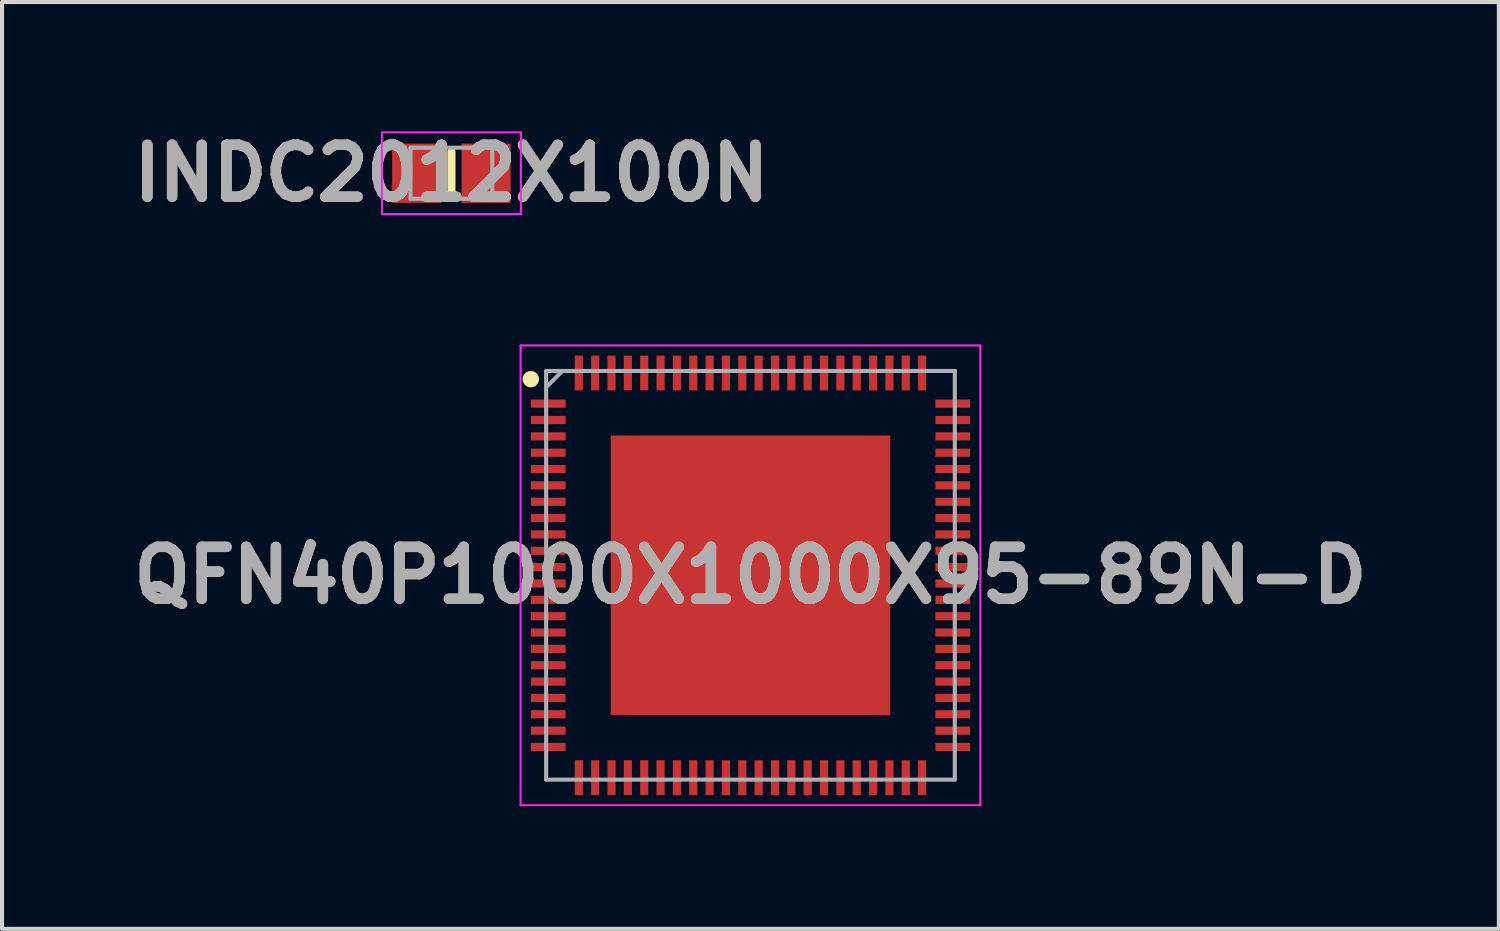
<source format=kicad_pcb>
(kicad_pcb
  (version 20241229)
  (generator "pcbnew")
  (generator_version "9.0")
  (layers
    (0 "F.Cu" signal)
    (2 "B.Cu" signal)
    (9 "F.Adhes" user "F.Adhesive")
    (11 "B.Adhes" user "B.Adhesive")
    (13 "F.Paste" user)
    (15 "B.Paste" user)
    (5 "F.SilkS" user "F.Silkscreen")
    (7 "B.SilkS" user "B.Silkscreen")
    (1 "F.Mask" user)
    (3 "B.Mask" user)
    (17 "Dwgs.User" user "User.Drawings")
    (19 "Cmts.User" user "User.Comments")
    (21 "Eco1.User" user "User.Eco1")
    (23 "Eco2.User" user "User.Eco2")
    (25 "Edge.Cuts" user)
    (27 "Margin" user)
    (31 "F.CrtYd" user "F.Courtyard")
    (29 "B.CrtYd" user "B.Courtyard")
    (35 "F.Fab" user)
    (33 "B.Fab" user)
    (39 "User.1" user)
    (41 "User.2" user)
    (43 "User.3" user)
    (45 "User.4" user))
  (footprint "QFN40P1000X1000X95-89N-D"
    (layer "F.Cu")
    (at 15.313 11.027)
    (property "Reference" "QFN40P1000X1000X95-89N-D" (at 0 0 0) (layer "F.SilkS") (effects (font (size 1.27 1.27) (thickness 0.254))))
    (attr smd)
    (fp_circle (center -5.375 -4.8) (end -5.375 -4.7) (stroke (width 0.2) (type solid)) (fill no) (layer "F.SilkS"))
    (fp_line (start -5.625 -5.625) (end 5.625 -5.625) (stroke (width 0.05) (type solid)) (layer "F.CrtYd"))
    (fp_line (start -5.625 5.625) (end -5.625 -5.625) (stroke (width 0.05) (type solid)) (layer "F.CrtYd"))
    (fp_line (start 5.625 -5.625) (end 5.625 5.625) (stroke (width 0.05) (type solid)) (layer "F.CrtYd"))
    (fp_line (start 5.625 5.625) (end -5.625 5.625) (stroke (width 0.05) (type solid)) (layer "F.CrtYd"))
    (fp_line (start -5 -5) (end 5 -5) (stroke (width 0.1) (type solid)) (layer "F.Fab"))
    (fp_line (start -5 -4.6) (end -4.6 -5) (stroke (width 0.1) (type solid)) (layer "F.Fab"))
    (fp_line (start -5 5) (end -5 -5) (stroke (width 0.1) (type solid)) (layer "F.Fab"))
    (fp_line (start 5 -5) (end 5 5) (stroke (width 0.1) (type solid)) (layer "F.Fab"))
    (fp_line (start 5 5) (end -5 5) (stroke (width 0.1) (type solid)) (layer "F.Fab"))
    (fp_text user "${REFERENCE}" (at 0 0 0) (layer "F.Fab") (effects (font (size 1.27 1.27) (thickness 0.254))))
    (pad "1" smd rect (at -4.95 -4.2 90) (size 0.2 0.85) (layers "F.Cu" "F.Mask" "F.Paste"))
    (pad "2" smd rect (at -4.95 -3.8 90) (size 0.2 0.85) (layers "F.Cu" "F.Mask" "F.Paste"))
    (pad "3" smd rect (at -4.95 -3.4 90) (size 0.2 0.85) (layers "F.Cu" "F.Mask" "F.Paste"))
    (pad "4" smd rect (at -4.95 -3 90) (size 0.2 0.85) (layers "F.Cu" "F.Mask" "F.Paste"))
    (pad "5" smd rect (at -4.95 -2.6 90) (size 0.2 0.85) (layers "F.Cu" "F.Mask" "F.Paste"))
    (pad "6" smd rect (at -4.95 -2.2 90) (size 0.2 0.85) (layers "F.Cu" "F.Mask" "F.Paste"))
    (pad "7" smd rect (at -4.95 -1.8 90) (size 0.2 0.85) (layers "F.Cu" "F.Mask" "F.Paste"))
    (pad "8" smd rect (at -4.95 -1.4 90) (size 0.2 0.85) (layers "F.Cu" "F.Mask" "F.Paste"))
    (pad "9" smd rect (at -4.95 -1 90) (size 0.2 0.85) (layers "F.Cu" "F.Mask" "F.Paste"))
    (pad "10" smd rect (at -4.95 -0.6 90) (size 0.2 0.85) (layers "F.Cu" "F.Mask" "F.Paste"))
    (pad "11" smd rect (at -4.95 -0.2 90) (size 0.2 0.85) (layers "F.Cu" "F.Mask" "F.Paste"))
    (pad "12" smd rect (at -4.95 0.2 90) (size 0.2 0.85) (layers "F.Cu" "F.Mask" "F.Paste"))
    (pad "13" smd rect (at -4.95 0.6 90) (size 0.2 0.85) (layers "F.Cu" "F.Mask" "F.Paste"))
    (pad "14" smd rect (at -4.95 1 90) (size 0.2 0.85) (layers "F.Cu" "F.Mask" "F.Paste"))
    (pad "15" smd rect (at -4.95 1.4 90) (size 0.2 0.85) (layers "F.Cu" "F.Mask" "F.Paste"))
    (pad "16" smd rect (at -4.95 1.8 90) (size 0.2 0.85) (layers "F.Cu" "F.Mask" "F.Paste"))
    (pad "17" smd rect (at -4.95 2.2 90) (size 0.2 0.85) (layers "F.Cu" "F.Mask" "F.Paste"))
    (pad "18" smd rect (at -4.95 2.6 90) (size 0.2 0.85) (layers "F.Cu" "F.Mask" "F.Paste"))
    (pad "19" smd rect (at -4.95 3 90) (size 0.2 0.85) (layers "F.Cu" "F.Mask" "F.Paste"))
    (pad "20" smd rect (at -4.95 3.4 90) (size 0.2 0.85) (layers "F.Cu" "F.Mask" "F.Paste"))
    (pad "21" smd rect (at -4.95 3.8 90) (size 0.2 0.85) (layers "F.Cu" "F.Mask" "F.Paste"))
    (pad "22" smd rect (at -4.95 4.2 90) (size 0.2 0.85) (layers "F.Cu" "F.Mask" "F.Paste"))
    (pad "23" smd rect (at -4.2 4.95) (size 0.2 0.85) (layers "F.Cu" "F.Mask" "F.Paste"))
    (pad "24" smd rect (at -3.8 4.95) (size 0.2 0.85) (layers "F.Cu" "F.Mask" "F.Paste"))
    (pad "25" smd rect (at -3.4 4.95) (size 0.2 0.85) (layers "F.Cu" "F.Mask" "F.Paste"))
    (pad "26" smd rect (at -3 4.95) (size 0.2 0.85) (layers "F.Cu" "F.Mask" "F.Paste"))
    (pad "27" smd rect (at -2.6 4.95) (size 0.2 0.85) (layers "F.Cu" "F.Mask" "F.Paste"))
    (pad "28" smd rect (at -2.2 4.95) (size 0.2 0.85) (layers "F.Cu" "F.Mask" "F.Paste"))
    (pad "29" smd rect (at -1.8 4.95) (size 0.2 0.85) (layers "F.Cu" "F.Mask" "F.Paste"))
    (pad "30" smd rect (at -1.4 4.95) (size 0.2 0.85) (layers "F.Cu" "F.Mask" "F.Paste"))
    (pad "31" smd rect (at -1 4.95) (size 0.2 0.85) (layers "F.Cu" "F.Mask" "F.Paste"))
    (pad "32" smd rect (at -0.6 4.95) (size 0.2 0.85) (layers "F.Cu" "F.Mask" "F.Paste"))
    (pad "33" smd rect (at -0.2 4.95) (size 0.2 0.85) (layers "F.Cu" "F.Mask" "F.Paste"))
    (pad "34" smd rect (at 0.2 4.95) (size 0.2 0.85) (layers "F.Cu" "F.Mask" "F.Paste"))
    (pad "35" smd rect (at 0.6 4.95) (size 0.2 0.85) (layers "F.Cu" "F.Mask" "F.Paste"))
    (pad "36" smd rect (at 1 4.95) (size 0.2 0.85) (layers "F.Cu" "F.Mask" "F.Paste"))
    (pad "37" smd rect (at 1.4 4.95) (size 0.2 0.85) (layers "F.Cu" "F.Mask" "F.Paste"))
    (pad "38" smd rect (at 1.8 4.95) (size 0.2 0.85) (layers "F.Cu" "F.Mask" "F.Paste"))
    (pad "39" smd rect (at 2.2 4.95) (size 0.2 0.85) (layers "F.Cu" "F.Mask" "F.Paste"))
    (pad "40" smd rect (at 2.6 4.95) (size 0.2 0.85) (layers "F.Cu" "F.Mask" "F.Paste"))
    (pad "41" smd rect (at 3 4.95) (size 0.2 0.85) (layers "F.Cu" "F.Mask" "F.Paste"))
    (pad "42" smd rect (at 3.4 4.95) (size 0.2 0.85) (layers "F.Cu" "F.Mask" "F.Paste"))
    (pad "43" smd rect (at 3.8 4.95) (size 0.2 0.85) (layers "F.Cu" "F.Mask" "F.Paste"))
    (pad "44" smd rect (at 4.2 4.95) (size 0.2 0.85) (layers "F.Cu" "F.Mask" "F.Paste"))
    (pad "45" smd rect (at 4.95 4.2 90) (size 0.2 0.85) (layers "F.Cu" "F.Mask" "F.Paste"))
    (pad "46" smd rect (at 4.95 3.8 90) (size 0.2 0.85) (layers "F.Cu" "F.Mask" "F.Paste"))
    (pad "47" smd rect (at 4.95 3.4 90) (size 0.2 0.85) (layers "F.Cu" "F.Mask" "F.Paste"))
    (pad "48" smd rect (at 4.95 3 90) (size 0.2 0.85) (layers "F.Cu" "F.Mask" "F.Paste"))
    (pad "49" smd rect (at 4.95 2.6 90) (size 0.2 0.85) (layers "F.Cu" "F.Mask" "F.Paste"))
    (pad "50" smd rect (at 4.95 2.2 90) (size 0.2 0.85) (layers "F.Cu" "F.Mask" "F.Paste"))
    (pad "51" smd rect (at 4.95 1.8 90) (size 0.2 0.85) (layers "F.Cu" "F.Mask" "F.Paste"))
    (pad "52" smd rect (at 4.95 1.4 90) (size 0.2 0.85) (layers "F.Cu" "F.Mask" "F.Paste"))
    (pad "53" smd rect (at 4.95 1 90) (size 0.2 0.85) (layers "F.Cu" "F.Mask" "F.Paste"))
    (pad "54" smd rect (at 4.95 0.6 90) (size 0.2 0.85) (layers "F.Cu" "F.Mask" "F.Paste"))
    (pad "55" smd rect (at 4.95 0.2 90) (size 0.2 0.85) (layers "F.Cu" "F.Mask" "F.Paste"))
    (pad "56" smd rect (at 4.95 -0.2 90) (size 0.2 0.85) (layers "F.Cu" "F.Mask" "F.Paste"))
    (pad "57" smd rect (at 4.95 -0.6 90) (size 0.2 0.85) (layers "F.Cu" "F.Mask" "F.Paste"))
    (pad "58" smd rect (at 4.95 -1 90) (size 0.2 0.85) (layers "F.Cu" "F.Mask" "F.Paste"))
    (pad "59" smd rect (at 4.95 -1.4 90) (size 0.2 0.85) (layers "F.Cu" "F.Mask" "F.Paste"))
    (pad "60" smd rect (at 4.95 -1.8 90) (size 0.2 0.85) (layers "F.Cu" "F.Mask" "F.Paste"))
    (pad "61" smd rect (at 4.95 -2.2 90) (size 0.2 0.85) (layers "F.Cu" "F.Mask" "F.Paste"))
    (pad "62" smd rect (at 4.95 -2.6 90) (size 0.2 0.85) (layers "F.Cu" "F.Mask" "F.Paste"))
    (pad "63" smd rect (at 4.95 -3 90) (size 0.2 0.85) (layers "F.Cu" "F.Mask" "F.Paste"))
    (pad "64" smd rect (at 4.95 -3.4 90) (size 0.2 0.85) (layers "F.Cu" "F.Mask" "F.Paste"))
    (pad "65" smd rect (at 4.95 -3.8 90) (size 0.2 0.85) (layers "F.Cu" "F.Mask" "F.Paste"))
    (pad "66" smd rect (at 4.95 -4.2 90) (size 0.2 0.85) (layers "F.Cu" "F.Mask" "F.Paste"))
    (pad "67" smd rect (at 4.2 -4.95) (size 0.2 0.85) (layers "F.Cu" "F.Mask" "F.Paste"))
    (pad "68" smd rect (at 3.8 -4.95) (size 0.2 0.85) (layers "F.Cu" "F.Mask" "F.Paste"))
    (pad "69" smd rect (at 3.4 -4.95) (size 0.2 0.85) (layers "F.Cu" "F.Mask" "F.Paste"))
    (pad "70" smd rect (at 3 -4.95) (size 0.2 0.85) (layers "F.Cu" "F.Mask" "F.Paste"))
    (pad "71" smd rect (at 2.6 -4.95) (size 0.2 0.85) (layers "F.Cu" "F.Mask" "F.Paste"))
    (pad "72" smd rect (at 2.2 -4.95) (size 0.2 0.85) (layers "F.Cu" "F.Mask" "F.Paste"))
    (pad "73" smd rect (at 1.8 -4.95) (size 0.2 0.85) (layers "F.Cu" "F.Mask" "F.Paste"))
    (pad "74" smd rect (at 1.4 -4.95) (size 0.2 0.85) (layers "F.Cu" "F.Mask" "F.Paste"))
    (pad "75" smd rect (at 1 -4.95) (size 0.2 0.85) (layers "F.Cu" "F.Mask" "F.Paste"))
    (pad "76" smd rect (at 0.6 -4.95) (size 0.2 0.85) (layers "F.Cu" "F.Mask" "F.Paste"))
    (pad "77" smd rect (at 0.2 -4.95) (size 0.2 0.85) (layers "F.Cu" "F.Mask" "F.Paste"))
    (pad "78" smd rect (at -0.2 -4.95) (size 0.2 0.85) (layers "F.Cu" "F.Mask" "F.Paste"))
    (pad "79" smd rect (at -0.6 -4.95) (size 0.2 0.85) (layers "F.Cu" "F.Mask" "F.Paste"))
    (pad "80" smd rect (at -1 -4.95) (size 0.2 0.85) (layers "F.Cu" "F.Mask" "F.Paste"))
    (pad "81" smd rect (at -1.4 -4.95) (size 0.2 0.85) (layers "F.Cu" "F.Mask" "F.Paste"))
    (pad "82" smd rect (at -1.8 -4.95) (size 0.2 0.85) (layers "F.Cu" "F.Mask" "F.Paste"))
    (pad "83" smd rect (at -2.2 -4.95) (size 0.2 0.85) (layers "F.Cu" "F.Mask" "F.Paste"))
    (pad "84" smd rect (at -2.6 -4.95) (size 0.2 0.85) (layers "F.Cu" "F.Mask" "F.Paste"))
    (pad "85" smd rect (at -3 -4.95) (size 0.2 0.85) (layers "F.Cu" "F.Mask" "F.Paste"))
    (pad "86" smd rect (at -3.4 -4.95) (size 0.2 0.85) (layers "F.Cu" "F.Mask" "F.Paste"))
    (pad "87" smd rect (at -3.8 -4.95) (size 0.2 0.85) (layers "F.Cu" "F.Mask" "F.Paste"))
    (pad "88" smd rect (at -4.2 -4.95) (size 0.2 0.85) (layers "F.Cu" "F.Mask" "F.Paste"))
    (pad "89" smd rect (at 0 0) (size 6.84 6.84) (layers "F.Cu" "F.Mask" "F.Paste")))
  (footprint "INDC2012X100N"
    (layer "F.Cu")
    (at 7.995 1.189)
    (property "Reference" "INDC2012X100N" (at 0 0 0) (layer "F.SilkS") (effects (font (size 1.27 1.27) (thickness 0.254))))
    (attr smd)
    (fp_line (start 0 -0.525) (end 0 0.525) (stroke (width 0.2) (type solid)) (layer "F.SilkS"))
    (fp_line (start -1.7 -1) (end 1.7 -1) (stroke (width 0.05) (type solid)) (layer "F.CrtYd"))
    (fp_line (start -1.7 1) (end -1.7 -1) (stroke (width 0.05) (type solid)) (layer "F.CrtYd"))
    (fp_line (start 1.7 -1) (end 1.7 1) (stroke (width 0.05) (type solid)) (layer "F.CrtYd"))
    (fp_line (start 1.7 1) (end -1.7 1) (stroke (width 0.05) (type solid)) (layer "F.CrtYd"))
    (fp_line (start -1 -0.625) (end 1 -0.625) (stroke (width 0.1) (type solid)) (layer "F.Fab"))
    (fp_line (start -1 0.625) (end -1 -0.625) (stroke (width 0.1) (type solid)) (layer "F.Fab"))
    (fp_line (start 1 -0.625) (end 1 0.625) (stroke (width 0.1) (type solid)) (layer "F.Fab"))
    (fp_line (start 1 0.625) (end -1 0.625) (stroke (width 0.1) (type solid)) (layer "F.Fab"))
    (fp_text user "${REFERENCE}" (at 0 0 0) (layer "F.Fab") (effects (font (size 1.27 1.27) (thickness 0.254))))
    (pad "1" smd rect (at -0.85 0) (size 1.2 1.45) (layers "F.Cu" "F.Mask" "F.Paste"))
    (pad "2" smd rect (at 0.85 0) (size 1.2 1.45) (layers "F.Cu" "F.Mask" "F.Paste")))
  (gr_rect
    (start -3 -3)
    (end 33.625 19.677)
    (stroke (width 0.1) (type default))
    (fill no)
    (layer "Edge.Cuts")))
</source>
